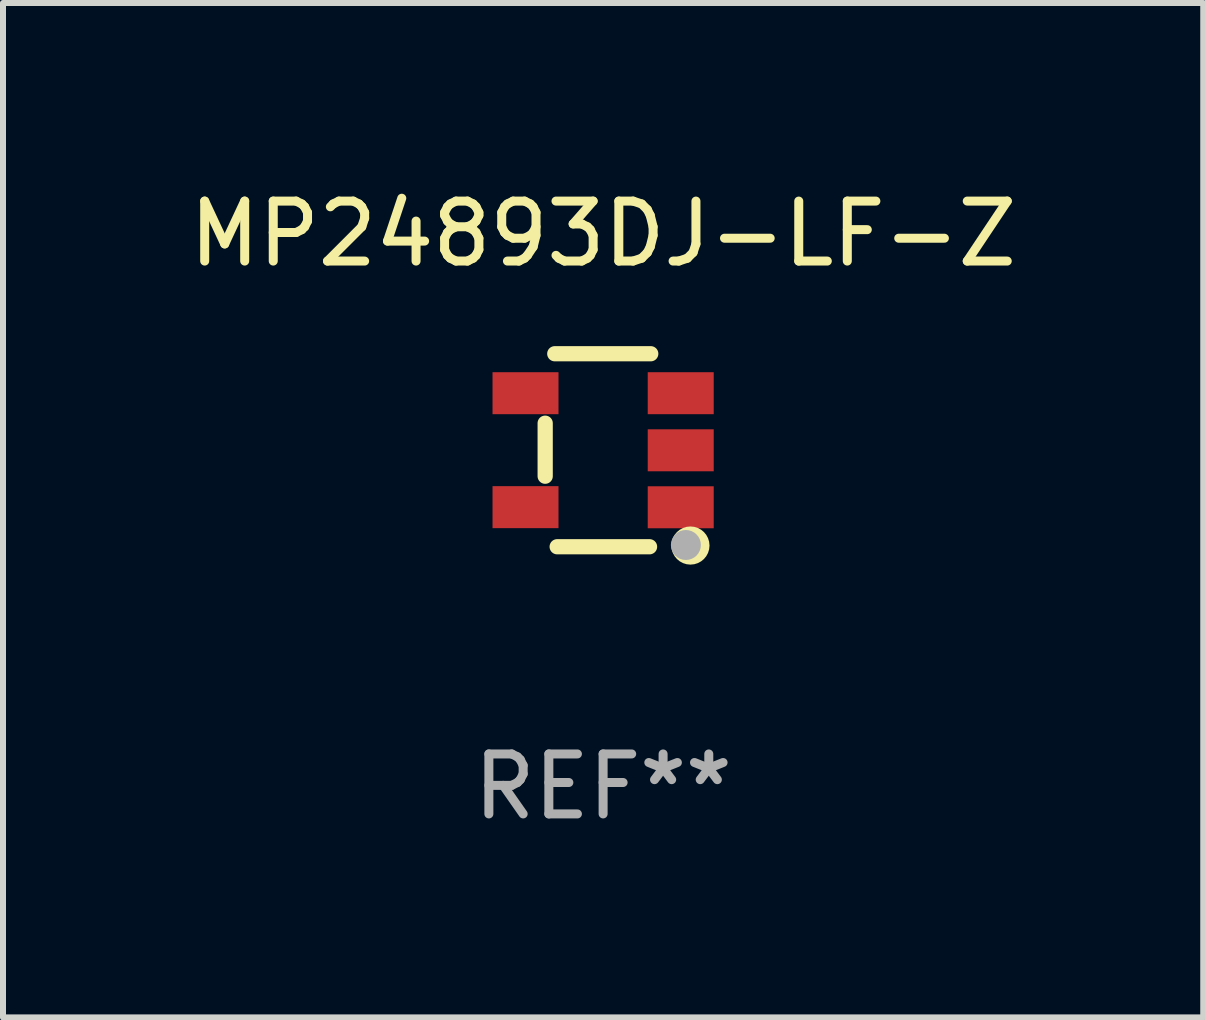
<source format=kicad_pcb>
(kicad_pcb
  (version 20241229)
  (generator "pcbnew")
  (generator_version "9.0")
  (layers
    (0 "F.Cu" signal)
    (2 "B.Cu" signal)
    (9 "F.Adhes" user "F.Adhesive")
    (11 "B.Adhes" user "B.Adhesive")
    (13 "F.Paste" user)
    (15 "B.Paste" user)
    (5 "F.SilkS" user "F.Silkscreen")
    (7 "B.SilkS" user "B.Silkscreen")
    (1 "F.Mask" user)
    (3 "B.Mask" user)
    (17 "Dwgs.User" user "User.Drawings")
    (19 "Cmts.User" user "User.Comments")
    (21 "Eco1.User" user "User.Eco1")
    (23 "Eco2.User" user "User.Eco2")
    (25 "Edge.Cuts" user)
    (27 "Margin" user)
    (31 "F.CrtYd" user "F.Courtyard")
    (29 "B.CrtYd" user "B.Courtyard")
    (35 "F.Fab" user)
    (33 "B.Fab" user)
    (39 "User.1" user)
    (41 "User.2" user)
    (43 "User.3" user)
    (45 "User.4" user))
  (footprint "MP24893DJ-LF-Z"
    (layer "F.Cu")
    (at 7.006 4.457)
    (property "Reference" "MP24893DJ-LF-Z" (at 0 -3.609 0) (layer "F.SilkS") (effects (font (size 1 1) (thickness 0.15))))
    (attr through_hole)
    (fp_line (start -0.966 0.433) (end -0.966 -0.451) (stroke (width 0.254) (type solid)) (layer "F.SilkS"))
    (fp_line (start -0.806 -1.609) (end 0.794 -1.609) (stroke (width 0.254) (type solid)) (layer "F.SilkS"))
    (fp_line (start -0.766 1.609) (end 0.774 1.609) (stroke (width 0.254) (type solid)) (layer "F.SilkS"))
    (fp_circle (center 1.4 1.45) (end 1.43 1.45) (stroke (width 0.06) (type solid)) (fill no) (layer "F.SilkS"))
    (fp_circle (center 1.456 1.589) (end 1.52 1.589) (stroke (width 0.254) (type solid)) (fill no) (layer "F.SilkS"))
    (fp_circle (center 1.38 1.58) (end 1.505 1.58) (stroke (width 0.25) (type solid)) (fill no) (layer "F.Fab"))
    (fp_text user "REF**" (at 0 5.609 0) (layer "F.Fab") (effects (font (size 1 1) (thickness 0.15))))
    (pad "1" smd rect (at 1.294 0.951) (size 1.1 0.7) (layers "F.Cu" "F.Mask" "F.Paste"))
    (pad "2" smd rect (at 1.294 0.001) (size 1.1 0.7) (layers "F.Cu" "F.Mask" "F.Paste"))
    (pad "3" smd rect (at 1.294 -0.951) (size 1.1 0.7) (layers "F.Cu" "F.Mask" "F.Paste"))
    (pad "4" smd rect (at -1.294 -0.951 180) (size 1.1 0.7) (layers "F.Cu" "F.Mask" "F.Paste"))
    (pad "5" smd rect (at -1.294 0.949 180) (size 1.1 0.7) (layers "F.Cu" "F.Mask" "F.Paste")))
  (gr_rect
    (start -3 -3)
    (end 17.012 13.914)
    (stroke (width 0.1) (type default))
    (fill no)
    (layer "Edge.Cuts")))
</source>
